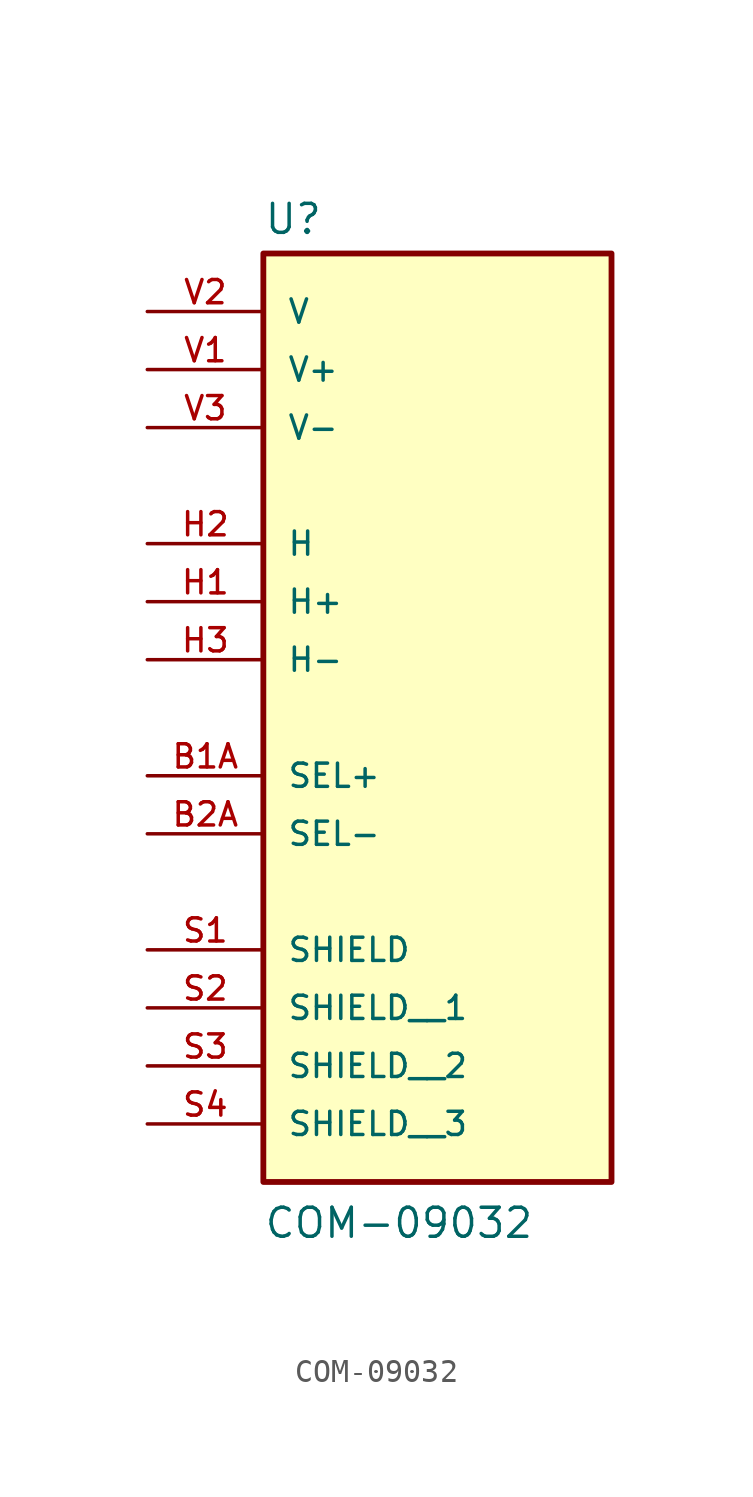
<source format=kicad_sym>
(kicad_symbol_lib
  (version 20241209)
  (generator "kicad_symbol_editor")
  (generator_version "9.0")
  (symbol "COM-09032"
    (pin_names
      (offset 1.016))
    (property "Reference" "U"
      (at -7.62 16.002 0)
      (effects (font (size 1.27 1.27)) (justify left bottom)))
    (property "Value" "COM-09032"
      (at -7.62 -27.94 0)
      (effects (font (size 1.27 1.27)) (justify left bottom)))
    (symbol "COM-09032_0_0"
      (rectangle (start -7.62 -25.4) (end 7.62 15.24) (stroke (width 0.254) (type default)) (fill (type background)))
      (pin passive line (at -12.7 12.7 0) (length 5.08) (name "V" (effects (font (size 1.016 1.016)))) (number "V2" (effects (font (size 1.016 1.016)))))
      (pin passive line (at -12.7 10.16 0) (length 5.08) (name "V+" (effects (font (size 1.016 1.016)))) (number "V1" (effects (font (size 1.016 1.016)))))
      (pin passive line (at -12.7 7.62 0) (length 5.08) (name "V-" (effects (font (size 1.016 1.016)))) (number "V3" (effects (font (size 1.016 1.016)))))
      (pin passive line (at -12.7 2.54 0) (length 5.08) (name "H" (effects (font (size 1.016 1.016)))) (number "H2" (effects (font (size 1.016 1.016)))))
      (pin passive line (at -12.7 0 0) (length 5.08) (name "H+" (effects (font (size 1.016 1.016)))) (number "H1" (effects (font (size 1.016 1.016)))))
      (pin passive line (at -12.7 -2.54 0) (length 5.08) (name "H-" (effects (font (size 1.016 1.016)))) (number "H3" (effects (font (size 1.016 1.016)))))
      (pin passive line (at -12.7 -7.62 0) (length 5.08) (name "SEL+" (effects (font (size 1.016 1.016)))) (number "B1A" (effects (font (size 1.016 1.016)))))
      (pin passive line (at -12.7 -10.16 0) (length 5.08) (name "SEL-" (effects (font (size 1.016 1.016)))) (number "B2A" (effects (font (size 1.016 1.016)))))
      (pin passive line (at -12.7 -15.24 0) (length 5.08) (name "SHIELD" (effects (font (size 1.016 1.016)))) (number "S1" (effects (font (size 1.016 1.016)))))
      (pin passive line (at -12.7 -17.78 0) (length 5.08) (name "SHIELD__1" (effects (font (size 1.016 1.016)))) (number "S2" (effects (font (size 1.016 1.016)))))
      (pin passive line (at -12.7 -20.32 0) (length 5.08) (name "SHIELD__2" (effects (font (size 1.016 1.016)))) (number "S3" (effects (font (size 1.016 1.016)))))
      (pin passive line (at -12.7 -22.86 0) (length 5.08) (name "SHIELD__3" (effects (font (size 1.016 1.016)))) (number "S4" (effects (font (size 1.016 1.016))))))))
</source>
